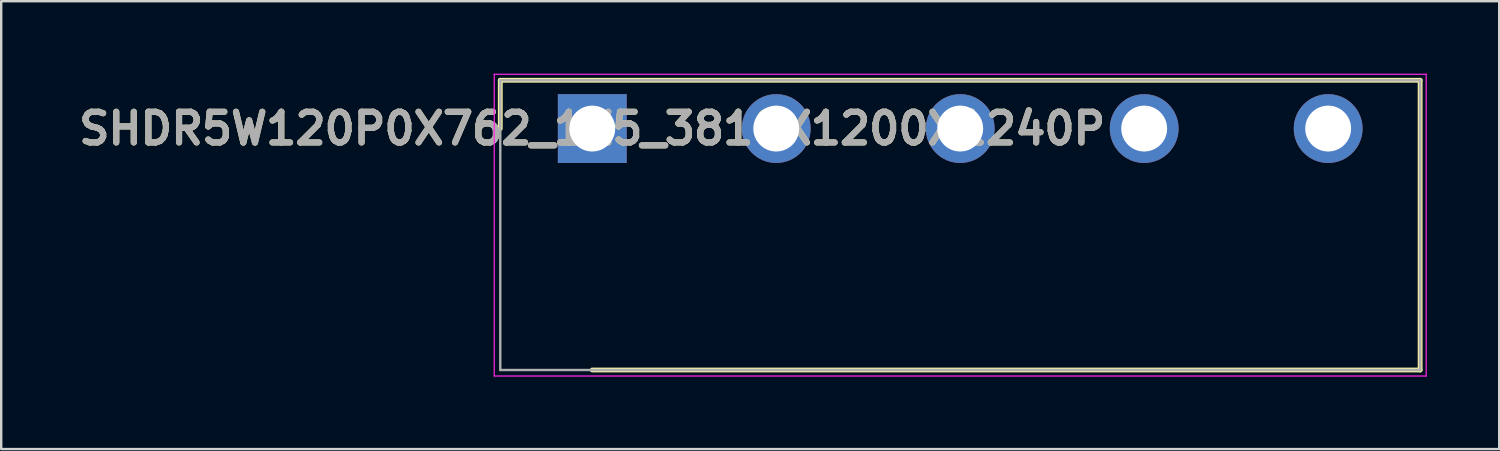
<source format=kicad_pcb>
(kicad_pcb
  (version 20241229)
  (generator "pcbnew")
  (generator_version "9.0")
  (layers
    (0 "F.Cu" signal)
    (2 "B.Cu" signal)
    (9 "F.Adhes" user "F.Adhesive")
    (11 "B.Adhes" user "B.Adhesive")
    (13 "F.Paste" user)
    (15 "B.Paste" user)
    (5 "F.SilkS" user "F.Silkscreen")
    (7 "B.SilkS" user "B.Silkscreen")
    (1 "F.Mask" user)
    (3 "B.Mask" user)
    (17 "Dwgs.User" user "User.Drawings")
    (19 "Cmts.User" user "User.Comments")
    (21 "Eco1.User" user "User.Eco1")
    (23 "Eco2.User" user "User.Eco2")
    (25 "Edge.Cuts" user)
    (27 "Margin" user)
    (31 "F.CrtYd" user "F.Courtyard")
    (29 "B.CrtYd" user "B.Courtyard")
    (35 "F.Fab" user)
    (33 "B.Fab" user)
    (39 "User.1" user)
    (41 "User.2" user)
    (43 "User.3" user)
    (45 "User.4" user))
  (footprint "SHDR5W120P0X762_1X5_3810X1200X1240P"
    (layer "F.Cu")
    (at 21.481 2.275)
    (property "Reference" "SHDR5W120P0X762_1X5_3810X1200X1240P" (at 0 0 0) (layer "F.SilkS") (effects (font (size 1.27 1.27) (thickness 0.254))))
    (attr through_hole)
    (fp_line (start -3.81 -2) (end -3.81 0) (stroke (width 0.2) (type solid)) (layer "F.SilkS"))
    (fp_line (start 0 10) (end 34.29 10) (stroke (width 0.2) (type solid)) (layer "F.SilkS"))
    (fp_line (start 34.29 -2) (end -3.81 -2) (stroke (width 0.2) (type solid)) (layer "F.SilkS"))
    (fp_line (start 34.29 10) (end 34.29 -2) (stroke (width 0.2) (type solid)) (layer "F.SilkS"))
    (fp_line (start -4.06 -2.25) (end 34.54 -2.25) (stroke (width 0.05) (type solid)) (layer "F.CrtYd"))
    (fp_line (start -4.06 10.25) (end -4.06 -2.25) (stroke (width 0.05) (type solid)) (layer "F.CrtYd"))
    (fp_line (start 34.54 -2.25) (end 34.54 10.25) (stroke (width 0.05) (type solid)) (layer "F.CrtYd"))
    (fp_line (start 34.54 10.25) (end -4.06 10.25) (stroke (width 0.05) (type solid)) (layer "F.CrtYd"))
    (fp_line (start -3.81 -2) (end 34.29 -2) (stroke (width 0.1) (type solid)) (layer "F.Fab"))
    (fp_line (start -3.81 10) (end -3.81 -2) (stroke (width 0.1) (type solid)) (layer "F.Fab"))
    (fp_line (start 34.29 -2) (end 34.29 10) (stroke (width 0.1) (type solid)) (layer "F.Fab"))
    (fp_line (start 34.29 10) (end -3.81 10) (stroke (width 0.1) (type solid)) (layer "F.Fab"))
    (fp_text user "${REFERENCE}" (at 0 0 0) (layer "F.Fab") (effects (font (size 1.27 1.27) (thickness 0.254))))
    (pad "1" thru_hole rect (at 0 0) (size 2.85 2.85) (drill 1.9) (layers "*.Cu" "*.Mask"))
    (pad "2" thru_hole circle (at 7.62 0) (size 2.85 2.85) (drill 1.9) (layers "*.Cu" "*.Mask"))
    (pad "3" thru_hole circle (at 15.24 0) (size 2.85 2.85) (drill 1.9) (layers "*.Cu" "*.Mask"))
    (pad "4" thru_hole circle (at 22.86 0) (size 2.85 2.85) (drill 1.9) (layers "*.Cu" "*.Mask"))
    (pad "5" thru_hole circle (at 30.48 0) (size 2.85 2.85) (drill 1.9) (layers "*.Cu" "*.Mask")))
  (gr_rect
    (start -3 -3)
    (end 59.046 15.55)
    (stroke (width 0.1) (type default))
    (fill no)
    (layer "Edge.Cuts")))
</source>
